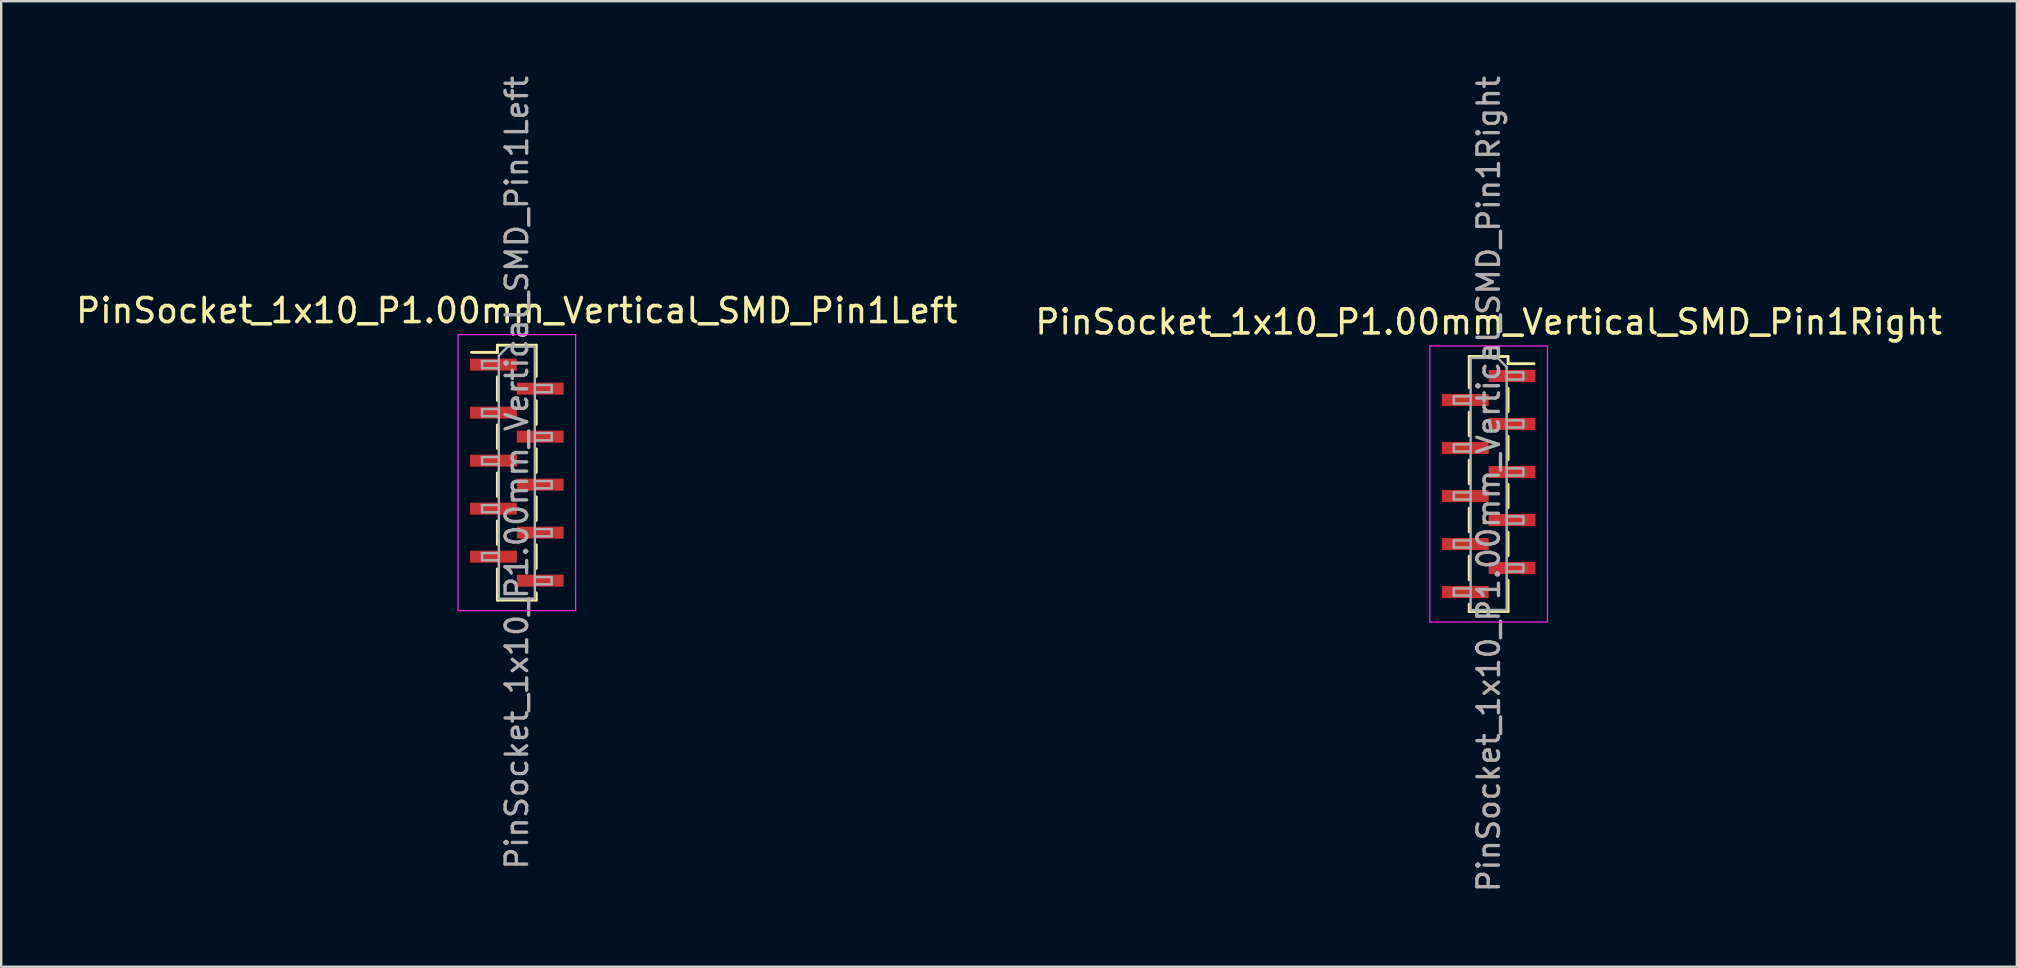
<source format=kicad_pcb>
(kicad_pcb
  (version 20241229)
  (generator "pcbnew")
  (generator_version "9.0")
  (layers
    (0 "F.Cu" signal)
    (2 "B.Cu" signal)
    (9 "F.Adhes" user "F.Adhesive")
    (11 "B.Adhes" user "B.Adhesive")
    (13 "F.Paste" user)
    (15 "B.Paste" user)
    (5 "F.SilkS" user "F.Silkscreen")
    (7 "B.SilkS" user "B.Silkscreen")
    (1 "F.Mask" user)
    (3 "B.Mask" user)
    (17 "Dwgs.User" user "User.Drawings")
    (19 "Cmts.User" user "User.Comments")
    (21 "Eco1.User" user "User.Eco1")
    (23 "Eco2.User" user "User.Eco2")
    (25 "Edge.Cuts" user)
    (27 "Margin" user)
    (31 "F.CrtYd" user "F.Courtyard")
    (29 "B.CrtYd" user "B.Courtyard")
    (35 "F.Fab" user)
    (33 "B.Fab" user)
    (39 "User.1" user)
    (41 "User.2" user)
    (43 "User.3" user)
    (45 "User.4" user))
  (footprint "PinSocket_1x10_P1.00mm_Vertical_SMD_Pin1Left"
    (layer "F.Cu")
    (at 18.482 16.641)
    (property "Reference" "PinSocket_1x10_P1.00mm_Vertical_SMD_Pin1Left" (at 0 -6.75 0) (layer "F.SilkS") (effects (font (size 1 1) (thickness 0.15))))
    (attr smd)
    (fp_line (start -1.89 -5.01) (end -0.81 -5.01) (stroke (width 0.12) (type solid)) (layer "F.SilkS"))
    (fp_line (start -0.81 -5.31) (end -0.81 -5.01) (stroke (width 0.12) (type solid)) (layer "F.SilkS"))
    (fp_line (start -0.81 -5.31) (end 0.81 -5.31) (stroke (width 0.12) (type solid)) (layer "F.SilkS"))
    (fp_line (start -0.81 -3.99) (end -0.81 -3.01) (stroke (width 0.12) (type solid)) (layer "F.SilkS"))
    (fp_line (start -0.81 -1.99) (end -0.81 -1.01) (stroke (width 0.12) (type solid)) (layer "F.SilkS"))
    (fp_line (start -0.81 0.01) (end -0.81 0.99) (stroke (width 0.12) (type solid)) (layer "F.SilkS"))
    (fp_line (start -0.81 2.01) (end -0.81 2.99) (stroke (width 0.12) (type solid)) (layer "F.SilkS"))
    (fp_line (start -0.81 4.01) (end -0.81 5.31) (stroke (width 0.12) (type solid)) (layer "F.SilkS"))
    (fp_line (start -0.81 5.31) (end 0.81 5.31) (stroke (width 0.12) (type solid)) (layer "F.SilkS"))
    (fp_line (start 0.81 -5.31) (end 0.81 -4.01) (stroke (width 0.12) (type solid)) (layer "F.SilkS"))
    (fp_line (start 0.81 -2.99) (end 0.81 -2.01) (stroke (width 0.12) (type solid)) (layer "F.SilkS"))
    (fp_line (start 0.81 -0.99) (end 0.81 -0.01) (stroke (width 0.12) (type solid)) (layer "F.SilkS"))
    (fp_line (start 0.81 1.01) (end 0.81 1.99) (stroke (width 0.12) (type solid)) (layer "F.SilkS"))
    (fp_line (start 0.81 3.01) (end 0.81 3.99) (stroke (width 0.12) (type solid)) (layer "F.SilkS"))
    (fp_line (start 0.81 5.01) (end 0.81 5.31) (stroke (width 0.12) (type solid)) (layer "F.SilkS"))
    (fp_line (start -2.45 -5.75) (end 2.45 -5.75) (stroke (width 0.05) (type solid)) (layer "F.CrtYd"))
    (fp_line (start -2.45 5.75) (end -2.45 -5.75) (stroke (width 0.05) (type solid)) (layer "F.CrtYd"))
    (fp_line (start 2.45 -5.75) (end 2.45 5.75) (stroke (width 0.05) (type solid)) (layer "F.CrtYd"))
    (fp_line (start 2.45 5.75) (end -2.45 5.75) (stroke (width 0.05) (type solid)) (layer "F.CrtYd"))
    (fp_line (start -1.45 -4.65) (end -0.75 -4.65) (stroke (width 0.1) (type solid)) (layer "F.Fab"))
    (fp_line (start -1.45 -4.35) (end -1.45 -4.65) (stroke (width 0.1) (type solid)) (layer "F.Fab"))
    (fp_line (start -1.45 -2.65) (end -0.75 -2.65) (stroke (width 0.1) (type solid)) (layer "F.Fab"))
    (fp_line (start -1.45 -2.35) (end -1.45 -2.65) (stroke (width 0.1) (type solid)) (layer "F.Fab"))
    (fp_line (start -1.45 -0.65) (end -0.75 -0.65) (stroke (width 0.1) (type solid)) (layer "F.Fab"))
    (fp_line (start -1.45 -0.35) (end -1.45 -0.65) (stroke (width 0.1) (type solid)) (layer "F.Fab"))
    (fp_line (start -1.45 1.35) (end -0.75 1.35) (stroke (width 0.1) (type solid)) (layer "F.Fab"))
    (fp_line (start -1.45 1.65) (end -1.45 1.35) (stroke (width 0.1) (type solid)) (layer "F.Fab"))
    (fp_line (start -1.45 3.35) (end -0.75 3.35) (stroke (width 0.1) (type solid)) (layer "F.Fab"))
    (fp_line (start -1.45 3.65) (end -1.45 3.35) (stroke (width 0.1) (type solid)) (layer "F.Fab"))
    (fp_line (start -0.75 -4.875) (end -0.375 -5.25) (stroke (width 0.1) (type solid)) (layer "F.Fab"))
    (fp_line (start -0.75 -4.35) (end -1.45 -4.35) (stroke (width 0.1) (type solid)) (layer "F.Fab"))
    (fp_line (start -0.75 -2.35) (end -1.45 -2.35) (stroke (width 0.1) (type solid)) (layer "F.Fab"))
    (fp_line (start -0.75 -0.35) (end -1.45 -0.35) (stroke (width 0.1) (type solid)) (layer "F.Fab"))
    (fp_line (start -0.75 1.65) (end -1.45 1.65) (stroke (width 0.1) (type solid)) (layer "F.Fab"))
    (fp_line (start -0.75 3.65) (end -1.45 3.65) (stroke (width 0.1) (type solid)) (layer "F.Fab"))
    (fp_line (start -0.75 5.25) (end -0.75 -4.875) (stroke (width 0.1) (type solid)) (layer "F.Fab"))
    (fp_line (start -0.375 -5.25) (end 0.75 -5.25) (stroke (width 0.1) (type solid)) (layer "F.Fab"))
    (fp_line (start 0.75 -5.25) (end 0.75 5.25) (stroke (width 0.1) (type solid)) (layer "F.Fab"))
    (fp_line (start 0.75 -3.65) (end 1.45 -3.65) (stroke (width 0.1) (type solid)) (layer "F.Fab"))
    (fp_line (start 0.75 -1.65) (end 1.45 -1.65) (stroke (width 0.1) (type solid)) (layer "F.Fab"))
    (fp_line (start 0.75 0.35) (end 1.45 0.35) (stroke (width 0.1) (type solid)) (layer "F.Fab"))
    (fp_line (start 0.75 2.35) (end 1.45 2.35) (stroke (width 0.1) (type solid)) (layer "F.Fab"))
    (fp_line (start 0.75 4.35) (end 1.45 4.35) (stroke (width 0.1) (type solid)) (layer "F.Fab"))
    (fp_line (start 0.75 5.25) (end -0.75 5.25) (stroke (width 0.1) (type solid)) (layer "F.Fab"))
    (fp_line (start 1.45 -3.65) (end 1.45 -3.35) (stroke (width 0.1) (type solid)) (layer "F.Fab"))
    (fp_line (start 1.45 -3.35) (end 0.75 -3.35) (stroke (width 0.1) (type solid)) (layer "F.Fab"))
    (fp_line (start 1.45 -1.65) (end 1.45 -1.35) (stroke (width 0.1) (type solid)) (layer "F.Fab"))
    (fp_line (start 1.45 -1.35) (end 0.75 -1.35) (stroke (width 0.1) (type solid)) (layer "F.Fab"))
    (fp_line (start 1.45 0.35) (end 1.45 0.65) (stroke (width 0.1) (type solid)) (layer "F.Fab"))
    (fp_line (start 1.45 0.65) (end 0.75 0.65) (stroke (width 0.1) (type solid)) (layer "F.Fab"))
    (fp_line (start 1.45 2.35) (end 1.45 2.65) (stroke (width 0.1) (type solid)) (layer "F.Fab"))
    (fp_line (start 1.45 2.65) (end 0.75 2.65) (stroke (width 0.1) (type solid)) (layer "F.Fab"))
    (fp_line (start 1.45 4.35) (end 1.45 4.65) (stroke (width 0.1) (type solid)) (layer "F.Fab"))
    (fp_line (start 1.45 4.65) (end 0.75 4.65) (stroke (width 0.1) (type solid)) (layer "F.Fab"))
    (fp_text user "${REFERENCE}" (at 0 0 90) (layer "F.Fab") (effects (font (size 0.9 0.9) (thickness 0.14))))
    (pad "1" smd rect (at -0.975 -4.5) (size 1.95 0.5) (layers "F.Cu" "F.Mask" "F.Paste"))
    (pad "2" smd rect (at 0.975 -3.5) (size 1.95 0.5) (layers "F.Cu" "F.Mask" "F.Paste"))
    (pad "3" smd rect (at -0.975 -2.5) (size 1.95 0.5) (layers "F.Cu" "F.Mask" "F.Paste"))
    (pad "4" smd rect (at 0.975 -1.5) (size 1.95 0.5) (layers "F.Cu" "F.Mask" "F.Paste"))
    (pad "5" smd rect (at -0.975 -0.5) (size 1.95 0.5) (layers "F.Cu" "F.Mask" "F.Paste"))
    (pad "6" smd rect (at 0.975 0.5) (size 1.95 0.5) (layers "F.Cu" "F.Mask" "F.Paste"))
    (pad "7" smd rect (at -0.975 1.5) (size 1.95 0.5) (layers "F.Cu" "F.Mask" "F.Paste"))
    (pad "8" smd rect (at 0.975 2.5) (size 1.95 0.5) (layers "F.Cu" "F.Mask" "F.Paste"))
    (pad "9" smd rect (at -0.975 3.5) (size 1.95 0.5) (layers "F.Cu" "F.Mask" "F.Paste"))
    (pad "10" smd rect (at 0.975 4.5) (size 1.95 0.5) (layers "F.Cu" "F.Mask" "F.Paste")))
  (footprint "PinSocket_1x10_P1.00mm_Vertical_SMD_Pin1Right"
    (layer "F.Cu")
    (at 58.97 17.113)
    (property "Reference" "PinSocket_1x10_P1.00mm_Vertical_SMD_Pin1Right" (at 0 -6.75 0) (layer "F.SilkS") (effects (font (size 1 1) (thickness 0.15))))
    (attr smd)
    (fp_line (start -0.81 -5.31) (end -0.81 -4.01) (stroke (width 0.12) (type solid)) (layer "F.SilkS"))
    (fp_line (start -0.81 -5.31) (end 0.81 -5.31) (stroke (width 0.12) (type solid)) (layer "F.SilkS"))
    (fp_line (start -0.81 -2.99) (end -0.81 -2.01) (stroke (width 0.12) (type solid)) (layer "F.SilkS"))
    (fp_line (start -0.81 -0.99) (end -0.81 -0.01) (stroke (width 0.12) (type solid)) (layer "F.SilkS"))
    (fp_line (start -0.81 1.01) (end -0.81 1.99) (stroke (width 0.12) (type solid)) (layer "F.SilkS"))
    (fp_line (start -0.81 3.01) (end -0.81 3.99) (stroke (width 0.12) (type solid)) (layer "F.SilkS"))
    (fp_line (start -0.81 5.01) (end -0.81 5.31) (stroke (width 0.12) (type solid)) (layer "F.SilkS"))
    (fp_line (start -0.81 5.31) (end 0.81 5.31) (stroke (width 0.12) (type solid)) (layer "F.SilkS"))
    (fp_line (start 0.81 -5.31) (end 0.81 -5.01) (stroke (width 0.12) (type solid)) (layer "F.SilkS"))
    (fp_line (start 0.81 -5.01) (end 1.89 -5.01) (stroke (width 0.12) (type solid)) (layer "F.SilkS"))
    (fp_line (start 0.81 -3.99) (end 0.81 -3.01) (stroke (width 0.12) (type solid)) (layer "F.SilkS"))
    (fp_line (start 0.81 -1.99) (end 0.81 -1.01) (stroke (width 0.12) (type solid)) (layer "F.SilkS"))
    (fp_line (start 0.81 0.01) (end 0.81 0.99) (stroke (width 0.12) (type solid)) (layer "F.SilkS"))
    (fp_line (start 0.81 2.01) (end 0.81 2.99) (stroke (width 0.12) (type solid)) (layer "F.SilkS"))
    (fp_line (start 0.81 4.01) (end 0.81 5.31) (stroke (width 0.12) (type solid)) (layer "F.SilkS"))
    (fp_line (start -2.45 -5.75) (end 2.45 -5.75) (stroke (width 0.05) (type solid)) (layer "F.CrtYd"))
    (fp_line (start -2.45 5.75) (end -2.45 -5.75) (stroke (width 0.05) (type solid)) (layer "F.CrtYd"))
    (fp_line (start 2.45 -5.75) (end 2.45 5.75) (stroke (width 0.05) (type solid)) (layer "F.CrtYd"))
    (fp_line (start 2.45 5.75) (end -2.45 5.75) (stroke (width 0.05) (type solid)) (layer "F.CrtYd"))
    (fp_line (start -1.45 -3.65) (end -0.75 -3.65) (stroke (width 0.1) (type solid)) (layer "F.Fab"))
    (fp_line (start -1.45 -3.35) (end -1.45 -3.65) (stroke (width 0.1) (type solid)) (layer "F.Fab"))
    (fp_line (start -1.45 -1.65) (end -0.75 -1.65) (stroke (width 0.1) (type solid)) (layer "F.Fab"))
    (fp_line (start -1.45 -1.35) (end -1.45 -1.65) (stroke (width 0.1) (type solid)) (layer "F.Fab"))
    (fp_line (start -1.45 0.35) (end -0.75 0.35) (stroke (width 0.1) (type solid)) (layer "F.Fab"))
    (fp_line (start -1.45 0.65) (end -1.45 0.35) (stroke (width 0.1) (type solid)) (layer "F.Fab"))
    (fp_line (start -1.45 2.35) (end -0.75 2.35) (stroke (width 0.1) (type solid)) (layer "F.Fab"))
    (fp_line (start -1.45 2.65) (end -1.45 2.35) (stroke (width 0.1) (type solid)) (layer "F.Fab"))
    (fp_line (start -1.45 4.35) (end -0.75 4.35) (stroke (width 0.1) (type solid)) (layer "F.Fab"))
    (fp_line (start -1.45 4.65) (end -1.45 4.35) (stroke (width 0.1) (type solid)) (layer "F.Fab"))
    (fp_line (start -0.75 -5.25) (end 0.375 -5.25) (stroke (width 0.1) (type solid)) (layer "F.Fab"))
    (fp_line (start -0.75 -3.35) (end -1.45 -3.35) (stroke (width 0.1) (type solid)) (layer "F.Fab"))
    (fp_line (start -0.75 -1.35) (end -1.45 -1.35) (stroke (width 0.1) (type solid)) (layer "F.Fab"))
    (fp_line (start -0.75 0.65) (end -1.45 0.65) (stroke (width 0.1) (type solid)) (layer "F.Fab"))
    (fp_line (start -0.75 2.65) (end -1.45 2.65) (stroke (width 0.1) (type solid)) (layer "F.Fab"))
    (fp_line (start -0.75 4.65) (end -1.45 4.65) (stroke (width 0.1) (type solid)) (layer "F.Fab"))
    (fp_line (start -0.75 5.25) (end -0.75 -5.25) (stroke (width 0.1) (type solid)) (layer "F.Fab"))
    (fp_line (start 0.375 -5.25) (end 0.75 -4.875) (stroke (width 0.1) (type solid)) (layer "F.Fab"))
    (fp_line (start 0.75 -4.875) (end 0.75 5.25) (stroke (width 0.1) (type solid)) (layer "F.Fab"))
    (fp_line (start 0.75 -4.65) (end 1.45 -4.65) (stroke (width 0.1) (type solid)) (layer "F.Fab"))
    (fp_line (start 0.75 -2.65) (end 1.45 -2.65) (stroke (width 0.1) (type solid)) (layer "F.Fab"))
    (fp_line (start 0.75 -0.65) (end 1.45 -0.65) (stroke (width 0.1) (type solid)) (layer "F.Fab"))
    (fp_line (start 0.75 1.35) (end 1.45 1.35) (stroke (width 0.1) (type solid)) (layer "F.Fab"))
    (fp_line (start 0.75 3.35) (end 1.45 3.35) (stroke (width 0.1) (type solid)) (layer "F.Fab"))
    (fp_line (start 0.75 5.25) (end -0.75 5.25) (stroke (width 0.1) (type solid)) (layer "F.Fab"))
    (fp_line (start 1.45 -4.65) (end 1.45 -4.35) (stroke (width 0.1) (type solid)) (layer "F.Fab"))
    (fp_line (start 1.45 -4.35) (end 0.75 -4.35) (stroke (width 0.1) (type solid)) (layer "F.Fab"))
    (fp_line (start 1.45 -2.65) (end 1.45 -2.35) (stroke (width 0.1) (type solid)) (layer "F.Fab"))
    (fp_line (start 1.45 -2.35) (end 0.75 -2.35) (stroke (width 0.1) (type solid)) (layer "F.Fab"))
    (fp_line (start 1.45 -0.65) (end 1.45 -0.35) (stroke (width 0.1) (type solid)) (layer "F.Fab"))
    (fp_line (start 1.45 -0.35) (end 0.75 -0.35) (stroke (width 0.1) (type solid)) (layer "F.Fab"))
    (fp_line (start 1.45 1.35) (end 1.45 1.65) (stroke (width 0.1) (type solid)) (layer "F.Fab"))
    (fp_line (start 1.45 1.65) (end 0.75 1.65) (stroke (width 0.1) (type solid)) (layer "F.Fab"))
    (fp_line (start 1.45 3.35) (end 1.45 3.65) (stroke (width 0.1) (type solid)) (layer "F.Fab"))
    (fp_line (start 1.45 3.65) (end 0.75 3.65) (stroke (width 0.1) (type solid)) (layer "F.Fab"))
    (fp_text user "${REFERENCE}" (at 0 0 90) (layer "F.Fab") (effects (font (size 0.9 0.9) (thickness 0.14))))
    (pad "1" smd rect (at 0.975 -4.5) (size 1.95 0.5) (layers "F.Cu" "F.Mask" "F.Paste"))
    (pad "2" smd rect (at -0.975 -3.5) (size 1.95 0.5) (layers "F.Cu" "F.Mask" "F.Paste"))
    (pad "3" smd rect (at 0.975 -2.5) (size 1.95 0.5) (layers "F.Cu" "F.Mask" "F.Paste"))
    (pad "4" smd rect (at -0.975 -1.5) (size 1.95 0.5) (layers "F.Cu" "F.Mask" "F.Paste"))
    (pad "5" smd rect (at 0.975 -0.5) (size 1.95 0.5) (layers "F.Cu" "F.Mask" "F.Paste"))
    (pad "6" smd rect (at -0.975 0.5) (size 1.95 0.5) (layers "F.Cu" "F.Mask" "F.Paste"))
    (pad "7" smd rect (at 0.975 1.5) (size 1.95 0.5) (layers "F.Cu" "F.Mask" "F.Paste"))
    (pad "8" smd rect (at -0.975 2.5) (size 1.95 0.5) (layers "F.Cu" "F.Mask" "F.Paste"))
    (pad "9" smd rect (at 0.975 3.5) (size 1.95 0.5) (layers "F.Cu" "F.Mask" "F.Paste"))
    (pad "10" smd rect (at -0.975 4.5) (size 1.95 0.5) (layers "F.Cu" "F.Mask" "F.Paste")))
  (gr_rect
    (start -3 -3)
    (end 80.976 37.226)
    (stroke (width 0.1) (type default))
    (fill no)
    (layer "Edge.Cuts")))
</source>
